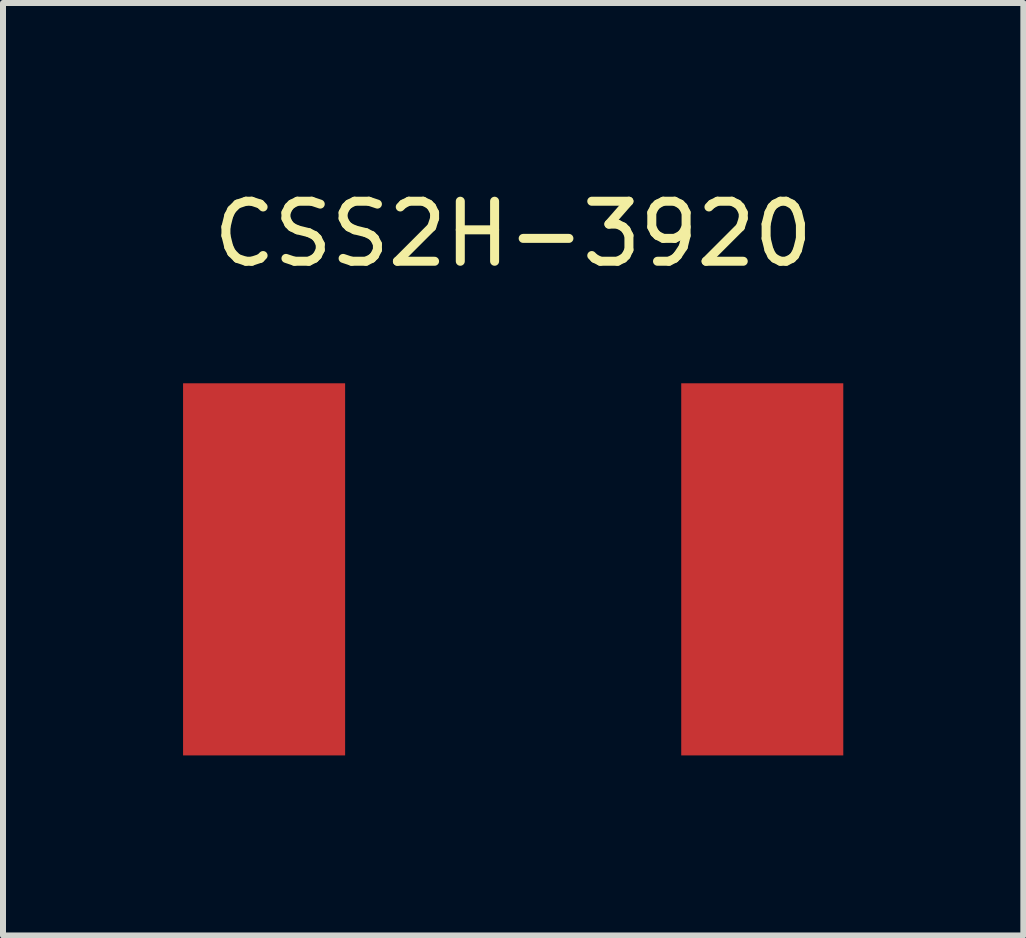
<source format=kicad_pcb>
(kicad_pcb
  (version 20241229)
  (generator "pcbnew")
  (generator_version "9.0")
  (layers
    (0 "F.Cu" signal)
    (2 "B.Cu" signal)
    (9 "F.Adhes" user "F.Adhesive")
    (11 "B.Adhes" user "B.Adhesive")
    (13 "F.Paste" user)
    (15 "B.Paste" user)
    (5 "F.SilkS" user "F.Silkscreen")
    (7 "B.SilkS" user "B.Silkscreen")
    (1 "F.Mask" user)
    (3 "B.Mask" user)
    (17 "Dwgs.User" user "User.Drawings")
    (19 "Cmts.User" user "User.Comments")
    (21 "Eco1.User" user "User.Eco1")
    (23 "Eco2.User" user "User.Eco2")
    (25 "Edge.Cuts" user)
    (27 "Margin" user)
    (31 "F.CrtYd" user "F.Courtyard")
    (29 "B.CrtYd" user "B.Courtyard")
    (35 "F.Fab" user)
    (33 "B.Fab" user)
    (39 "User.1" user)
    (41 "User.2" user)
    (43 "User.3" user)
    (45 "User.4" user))
  (footprint "CSS2H-3920"
    (layer "F.Cu")
    (at 5.5 6.436)
    (property "Reference" "CSS2H-3920" (at 0 -5.588 0) (layer "F.SilkS") (effects (font (size 1 1) (thickness 0.15))))
    (attr through_hole)
    (pad "1" smd rect (at -4.15 0) (size 2.7 6.2) (layers "F.Cu" "F.Mask" "F.Paste"))
    (pad "2" smd rect (at 4.15 0) (size 2.7 6.2) (layers "F.Cu" "F.Mask" "F.Paste")))
  (gr_rect
    (start -3 -3)
    (end 14 12.536)
    (stroke (width 0.1) (type default))
    (fill no)
    (layer "Edge.Cuts")))
</source>
